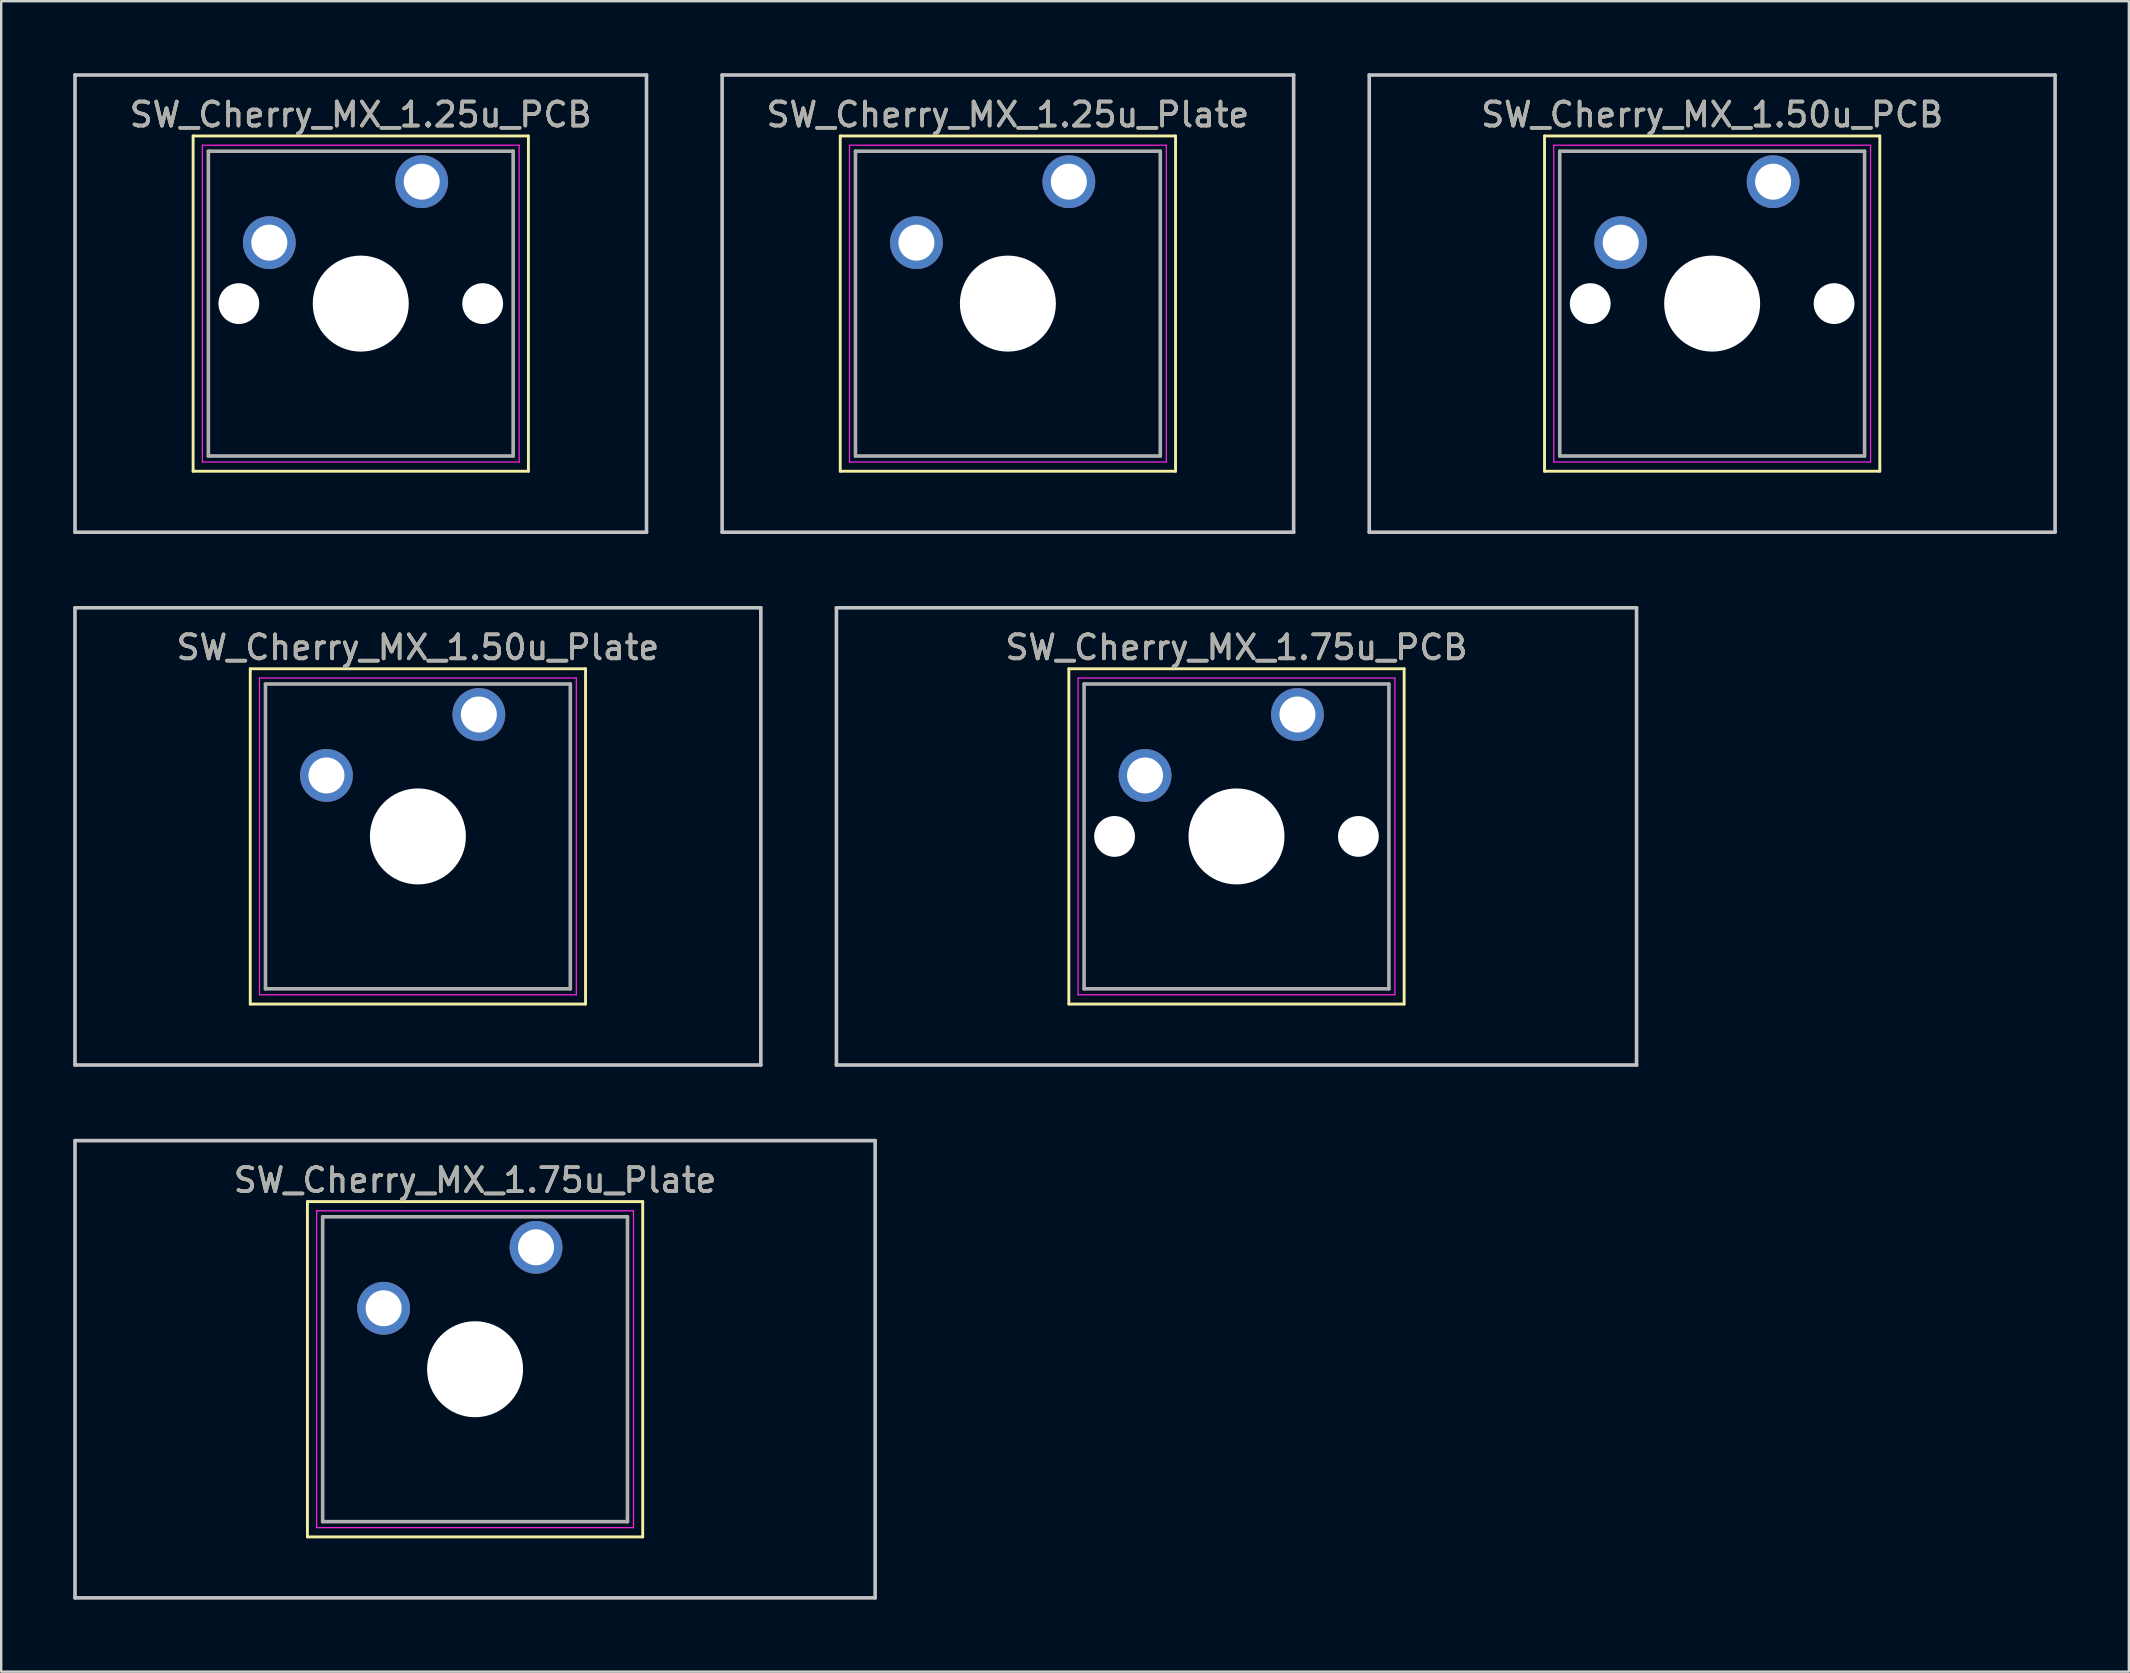
<source format=kicad_pcb>
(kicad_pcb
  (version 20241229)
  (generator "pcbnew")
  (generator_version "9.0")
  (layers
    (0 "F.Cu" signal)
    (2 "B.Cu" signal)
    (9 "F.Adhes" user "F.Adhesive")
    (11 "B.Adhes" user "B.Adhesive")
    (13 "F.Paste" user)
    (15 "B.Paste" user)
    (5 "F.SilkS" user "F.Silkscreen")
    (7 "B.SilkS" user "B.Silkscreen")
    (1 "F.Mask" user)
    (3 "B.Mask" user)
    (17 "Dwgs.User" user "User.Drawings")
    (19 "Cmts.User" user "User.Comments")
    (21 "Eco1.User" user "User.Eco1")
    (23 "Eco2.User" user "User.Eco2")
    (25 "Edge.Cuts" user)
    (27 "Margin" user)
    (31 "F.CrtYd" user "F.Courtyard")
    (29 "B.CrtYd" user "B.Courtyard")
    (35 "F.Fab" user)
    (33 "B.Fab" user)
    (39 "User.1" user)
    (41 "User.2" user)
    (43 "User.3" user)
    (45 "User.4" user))
  (footprint "SW_Cherry_MX_1.25u_Plate"
    (layer "F.Cu")
    (at 41.484 4.52)
    (property "Reference" "SW_Cherry_MX_1.25u_Plate" (at -2.54 -2.794 0) (layer "F.SilkS") (effects (font (size 1 1) (thickness 0.15))))
    (attr through_hole)
    (fp_line (start -9.525 -1.905) (end 4.445 -1.905) (stroke (width 0.12) (type solid)) (layer "F.SilkS"))
    (fp_line (start -9.525 12.065) (end -9.525 -1.905) (stroke (width 0.12) (type solid)) (layer "F.SilkS"))
    (fp_line (start 4.445 -1.905) (end 4.445 12.065) (stroke (width 0.12) (type solid)) (layer "F.SilkS"))
    (fp_line (start 4.445 12.065) (end -9.525 12.065) (stroke (width 0.12) (type solid)) (layer "F.SilkS"))
    (fp_line (start -14.446 -4.445) (end 9.366 -4.445) (stroke (width 0.15) (type solid)) (layer "Dwgs.User"))
    (fp_line (start -14.446 14.605) (end -14.446 -4.445) (stroke (width 0.15) (type solid)) (layer "Dwgs.User"))
    (fp_line (start 9.366 -4.445) (end 9.366 14.605) (stroke (width 0.15) (type solid)) (layer "Dwgs.User"))
    (fp_line (start 9.366 14.605) (end -14.446 14.605) (stroke (width 0.15) (type solid)) (layer "Dwgs.User"))
    (fp_line (start -9.14 -1.52) (end 4.06 -1.52) (stroke (width 0.05) (type solid)) (layer "F.CrtYd"))
    (fp_line (start -9.14 11.68) (end -9.14 -1.52) (stroke (width 0.05) (type solid)) (layer "F.CrtYd"))
    (fp_line (start 4.06 -1.52) (end 4.06 11.68) (stroke (width 0.05) (type solid)) (layer "F.CrtYd"))
    (fp_line (start 4.06 11.68) (end -9.14 11.68) (stroke (width 0.05) (type solid)) (layer "F.CrtYd"))
    (fp_line (start -8.89 -1.27) (end 3.81 -1.27) (stroke (width 0.15) (type solid)) (layer "F.Fab"))
    (fp_line (start -8.89 11.43) (end -8.89 -1.27) (stroke (width 0.15) (type solid)) (layer "F.Fab"))
    (fp_line (start 3.81 -1.27) (end 3.81 11.43) (stroke (width 0.15) (type solid)) (layer "F.Fab"))
    (fp_line (start 3.81 11.43) (end -8.89 11.43) (stroke (width 0.15) (type solid)) (layer "F.Fab"))
    (fp_text user "${REFERENCE}" (at -2.54 -2.794 0) (layer "F.Fab") (effects (font (size 1 1) (thickness 0.15))))
    (pad "" np_thru_hole circle (at -2.54 5.08) (size 4 4) (drill 4) (layers "*.Cu" "*.Mask"))
    (pad "1" thru_hole circle (at 0 0) (size 2.2 2.2) (drill 1.5) (layers "*.Cu" "*.Mask"))
    (pad "2" thru_hole circle (at -6.35 2.54) (size 2.2 2.2) (drill 1.5) (layers "*.Cu" "*.Mask")))
  (footprint "SW_Cherry_MX_1.25u_PCB"
    (layer "F.Cu")
    (at 14.521 4.52)
    (property "Reference" "SW_Cherry_MX_1.25u_PCB" (at -2.54 -2.794 0) (layer "F.SilkS") (effects (font (size 1 1) (thickness 0.15))))
    (attr through_hole)
    (fp_line (start -9.525 -1.905) (end 4.445 -1.905) (stroke (width 0.12) (type solid)) (layer "F.SilkS"))
    (fp_line (start -9.525 12.065) (end -9.525 -1.905) (stroke (width 0.12) (type solid)) (layer "F.SilkS"))
    (fp_line (start 4.445 -1.905) (end 4.445 12.065) (stroke (width 0.12) (type solid)) (layer "F.SilkS"))
    (fp_line (start 4.445 12.065) (end -9.525 12.065) (stroke (width 0.12) (type solid)) (layer "F.SilkS"))
    (fp_line (start -14.446 -4.445) (end 9.366 -4.445) (stroke (width 0.15) (type solid)) (layer "Dwgs.User"))
    (fp_line (start -14.446 14.605) (end -14.446 -4.445) (stroke (width 0.15) (type solid)) (layer "Dwgs.User"))
    (fp_line (start 9.366 -4.445) (end 9.366 14.605) (stroke (width 0.15) (type solid)) (layer "Dwgs.User"))
    (fp_line (start 9.366 14.605) (end -14.446 14.605) (stroke (width 0.15) (type solid)) (layer "Dwgs.User"))
    (fp_line (start -9.14 -1.52) (end 4.06 -1.52) (stroke (width 0.05) (type solid)) (layer "F.CrtYd"))
    (fp_line (start -9.14 11.68) (end -9.14 -1.52) (stroke (width 0.05) (type solid)) (layer "F.CrtYd"))
    (fp_line (start 4.06 -1.52) (end 4.06 11.68) (stroke (width 0.05) (type solid)) (layer "F.CrtYd"))
    (fp_line (start 4.06 11.68) (end -9.14 11.68) (stroke (width 0.05) (type solid)) (layer "F.CrtYd"))
    (fp_line (start -8.89 -1.27) (end 3.81 -1.27) (stroke (width 0.15) (type solid)) (layer "F.Fab"))
    (fp_line (start -8.89 11.43) (end -8.89 -1.27) (stroke (width 0.15) (type solid)) (layer "F.Fab"))
    (fp_line (start 3.81 -1.27) (end 3.81 11.43) (stroke (width 0.15) (type solid)) (layer "F.Fab"))
    (fp_line (start 3.81 11.43) (end -8.89 11.43) (stroke (width 0.15) (type solid)) (layer "F.Fab"))
    (fp_text user "${REFERENCE}" (at -2.54 -2.794 0) (layer "F.Fab") (effects (font (size 1 1) (thickness 0.15))))
    (pad "" np_thru_hole circle (at -7.62 5.08) (size 1.7 1.7) (drill 1.7) (layers "*.Cu" "*.Mask"))
    (pad "" np_thru_hole circle (at -2.54 5.08) (size 4 4) (drill 4) (layers "*.Cu" "*.Mask"))
    (pad "" np_thru_hole circle (at 2.54 5.08) (size 1.7 1.7) (drill 1.7) (layers "*.Cu" "*.Mask"))
    (pad "1" thru_hole circle (at 0 0) (size 2.2 2.2) (drill 1.5) (layers "*.Cu" "*.Mask"))
    (pad "2" thru_hole circle (at -6.35 2.54) (size 2.2 2.2) (drill 1.5) (layers "*.Cu" "*.Mask")))
  (footprint "SW_Cherry_MX_1.50u_Plate"
    (layer "F.Cu")
    (at 16.902 26.72)
    (property "Reference" "SW_Cherry_MX_1.50u_Plate" (at -2.54 -2.794 0) (layer "F.SilkS") (effects (font (size 1 1) (thickness 0.15))))
    (attr through_hole)
    (fp_line (start -9.525 -1.905) (end 4.445 -1.905) (stroke (width 0.12) (type solid)) (layer "F.SilkS"))
    (fp_line (start -9.525 12.065) (end -9.525 -1.905) (stroke (width 0.12) (type solid)) (layer "F.SilkS"))
    (fp_line (start 4.445 -1.905) (end 4.445 12.065) (stroke (width 0.12) (type solid)) (layer "F.SilkS"))
    (fp_line (start 4.445 12.065) (end -9.525 12.065) (stroke (width 0.12) (type solid)) (layer "F.SilkS"))
    (fp_line (start -16.828 -4.445) (end 11.748 -4.445) (stroke (width 0.15) (type solid)) (layer "Dwgs.User"))
    (fp_line (start -16.828 14.605) (end -16.828 -4.445) (stroke (width 0.15) (type solid)) (layer "Dwgs.User"))
    (fp_line (start 11.748 -4.445) (end 11.748 14.605) (stroke (width 0.15) (type solid)) (layer "Dwgs.User"))
    (fp_line (start 11.748 14.605) (end -16.828 14.605) (stroke (width 0.15) (type solid)) (layer "Dwgs.User"))
    (fp_line (start -9.14 -1.52) (end 4.06 -1.52) (stroke (width 0.05) (type solid)) (layer "F.CrtYd"))
    (fp_line (start -9.14 11.68) (end -9.14 -1.52) (stroke (width 0.05) (type solid)) (layer "F.CrtYd"))
    (fp_line (start 4.06 -1.52) (end 4.06 11.68) (stroke (width 0.05) (type solid)) (layer "F.CrtYd"))
    (fp_line (start 4.06 11.68) (end -9.14 11.68) (stroke (width 0.05) (type solid)) (layer "F.CrtYd"))
    (fp_line (start -8.89 -1.27) (end 3.81 -1.27) (stroke (width 0.15) (type solid)) (layer "F.Fab"))
    (fp_line (start -8.89 11.43) (end -8.89 -1.27) (stroke (width 0.15) (type solid)) (layer "F.Fab"))
    (fp_line (start 3.81 -1.27) (end 3.81 11.43) (stroke (width 0.15) (type solid)) (layer "F.Fab"))
    (fp_line (start 3.81 11.43) (end -8.89 11.43) (stroke (width 0.15) (type solid)) (layer "F.Fab"))
    (fp_text user "${REFERENCE}" (at -2.54 -2.794 0) (layer "F.Fab") (effects (font (size 1 1) (thickness 0.15))))
    (pad "" np_thru_hole circle (at -2.54 5.08) (size 4 4) (drill 4) (layers "*.Cu" "*.Mask"))
    (pad "1" thru_hole circle (at 0 0) (size 2.2 2.2) (drill 1.5) (layers "*.Cu" "*.Mask"))
    (pad "2" thru_hole circle (at -6.35 2.54) (size 2.2 2.2) (drill 1.5) (layers "*.Cu" "*.Mask")))
  (footprint "SW_Cherry_MX_1.75u_PCB"
    (layer "F.Cu")
    (at 51.009 26.72)
    (property "Reference" "SW_Cherry_MX_1.75u_PCB" (at -2.54 -2.794 0) (layer "F.SilkS") (effects (font (size 1 1) (thickness 0.15))))
    (attr through_hole)
    (fp_line (start -9.525 -1.905) (end 4.445 -1.905) (stroke (width 0.12) (type solid)) (layer "F.SilkS"))
    (fp_line (start -9.525 12.065) (end -9.525 -1.905) (stroke (width 0.12) (type solid)) (layer "F.SilkS"))
    (fp_line (start 4.445 -1.905) (end 4.445 12.065) (stroke (width 0.12) (type solid)) (layer "F.SilkS"))
    (fp_line (start 4.445 12.065) (end -9.525 12.065) (stroke (width 0.12) (type solid)) (layer "F.SilkS"))
    (fp_line (start -19.209 -4.445) (end 14.129 -4.445) (stroke (width 0.15) (type solid)) (layer "Dwgs.User"))
    (fp_line (start -19.209 14.605) (end -19.209 -4.445) (stroke (width 0.15) (type solid)) (layer "Dwgs.User"))
    (fp_line (start 14.129 -4.445) (end 14.129 14.605) (stroke (width 0.15) (type solid)) (layer "Dwgs.User"))
    (fp_line (start 14.129 14.605) (end -19.209 14.605) (stroke (width 0.15) (type solid)) (layer "Dwgs.User"))
    (fp_line (start -9.14 -1.52) (end 4.06 -1.52) (stroke (width 0.05) (type solid)) (layer "F.CrtYd"))
    (fp_line (start -9.14 11.68) (end -9.14 -1.52) (stroke (width 0.05) (type solid)) (layer "F.CrtYd"))
    (fp_line (start 4.06 -1.52) (end 4.06 11.68) (stroke (width 0.05) (type solid)) (layer "F.CrtYd"))
    (fp_line (start 4.06 11.68) (end -9.14 11.68) (stroke (width 0.05) (type solid)) (layer "F.CrtYd"))
    (fp_line (start -8.89 -1.27) (end 3.81 -1.27) (stroke (width 0.15) (type solid)) (layer "F.Fab"))
    (fp_line (start -8.89 11.43) (end -8.89 -1.27) (stroke (width 0.15) (type solid)) (layer "F.Fab"))
    (fp_line (start 3.81 -1.27) (end 3.81 11.43) (stroke (width 0.15) (type solid)) (layer "F.Fab"))
    (fp_line (start 3.81 11.43) (end -8.89 11.43) (stroke (width 0.15) (type solid)) (layer "F.Fab"))
    (fp_text user "${REFERENCE}" (at -2.54 -2.794 0) (layer "F.Fab") (effects (font (size 1 1) (thickness 0.15))))
    (pad "" np_thru_hole circle (at -7.62 5.08) (size 1.7 1.7) (drill 1.7) (layers "*.Cu" "*.Mask"))
    (pad "" np_thru_hole circle (at -2.54 5.08) (size 4 4) (drill 4) (layers "*.Cu" "*.Mask"))
    (pad "" np_thru_hole circle (at 2.54 5.08) (size 1.7 1.7) (drill 1.7) (layers "*.Cu" "*.Mask"))
    (pad "1" thru_hole circle (at 0 0) (size 2.2 2.2) (drill 1.5) (layers "*.Cu" "*.Mask"))
    (pad "2" thru_hole circle (at -6.35 2.54) (size 2.2 2.2) (drill 1.5) (layers "*.Cu" "*.Mask")))
  (footprint "SW_Cherry_MX_1.50u_PCB"
    (layer "F.Cu")
    (at 70.828 4.52)
    (property "Reference" "SW_Cherry_MX_1.50u_PCB" (at -2.54 -2.794 0) (layer "F.SilkS") (effects (font (size 1 1) (thickness 0.15))))
    (attr through_hole)
    (fp_line (start -9.525 -1.905) (end 4.445 -1.905) (stroke (width 0.12) (type solid)) (layer "F.SilkS"))
    (fp_line (start -9.525 12.065) (end -9.525 -1.905) (stroke (width 0.12) (type solid)) (layer "F.SilkS"))
    (fp_line (start 4.445 -1.905) (end 4.445 12.065) (stroke (width 0.12) (type solid)) (layer "F.SilkS"))
    (fp_line (start 4.445 12.065) (end -9.525 12.065) (stroke (width 0.12) (type solid)) (layer "F.SilkS"))
    (fp_line (start -16.828 -4.445) (end 11.748 -4.445) (stroke (width 0.15) (type solid)) (layer "Dwgs.User"))
    (fp_line (start -16.828 14.605) (end -16.828 -4.445) (stroke (width 0.15) (type solid)) (layer "Dwgs.User"))
    (fp_line (start 11.748 -4.445) (end 11.748 14.605) (stroke (width 0.15) (type solid)) (layer "Dwgs.User"))
    (fp_line (start 11.748 14.605) (end -16.828 14.605) (stroke (width 0.15) (type solid)) (layer "Dwgs.User"))
    (fp_line (start -9.14 -1.52) (end 4.06 -1.52) (stroke (width 0.05) (type solid)) (layer "F.CrtYd"))
    (fp_line (start -9.14 11.68) (end -9.14 -1.52) (stroke (width 0.05) (type solid)) (layer "F.CrtYd"))
    (fp_line (start 4.06 -1.52) (end 4.06 11.68) (stroke (width 0.05) (type solid)) (layer "F.CrtYd"))
    (fp_line (start 4.06 11.68) (end -9.14 11.68) (stroke (width 0.05) (type solid)) (layer "F.CrtYd"))
    (fp_line (start -8.89 -1.27) (end 3.81 -1.27) (stroke (width 0.15) (type solid)) (layer "F.Fab"))
    (fp_line (start -8.89 11.43) (end -8.89 -1.27) (stroke (width 0.15) (type solid)) (layer "F.Fab"))
    (fp_line (start 3.81 -1.27) (end 3.81 11.43) (stroke (width 0.15) (type solid)) (layer "F.Fab"))
    (fp_line (start 3.81 11.43) (end -8.89 11.43) (stroke (width 0.15) (type solid)) (layer "F.Fab"))
    (fp_text user "${REFERENCE}" (at -2.54 -2.794 0) (layer "F.Fab") (effects (font (size 1 1) (thickness 0.15))))
    (pad "" np_thru_hole circle (at -7.62 5.08) (size 1.7 1.7) (drill 1.7) (layers "*.Cu" "*.Mask"))
    (pad "" np_thru_hole circle (at -2.54 5.08) (size 4 4) (drill 4) (layers "*.Cu" "*.Mask"))
    (pad "" np_thru_hole circle (at 2.54 5.08) (size 1.7 1.7) (drill 1.7) (layers "*.Cu" "*.Mask"))
    (pad "1" thru_hole circle (at 0 0) (size 2.2 2.2) (drill 1.5) (layers "*.Cu" "*.Mask"))
    (pad "2" thru_hole circle (at -6.35 2.54) (size 2.2 2.2) (drill 1.5) (layers "*.Cu" "*.Mask")))
  (footprint "SW_Cherry_MX_1.75u_Plate"
    (layer "F.Cu")
    (at 19.284 48.92)
    (property "Reference" "SW_Cherry_MX_1.75u_Plate" (at -2.54 -2.794 0) (layer "F.SilkS") (effects (font (size 1 1) (thickness 0.15))))
    (attr through_hole)
    (fp_line (start -9.525 -1.905) (end 4.445 -1.905) (stroke (width 0.12) (type solid)) (layer "F.SilkS"))
    (fp_line (start -9.525 12.065) (end -9.525 -1.905) (stroke (width 0.12) (type solid)) (layer "F.SilkS"))
    (fp_line (start 4.445 -1.905) (end 4.445 12.065) (stroke (width 0.12) (type solid)) (layer "F.SilkS"))
    (fp_line (start 4.445 12.065) (end -9.525 12.065) (stroke (width 0.12) (type solid)) (layer "F.SilkS"))
    (fp_line (start -19.209 -4.445) (end 14.129 -4.445) (stroke (width 0.15) (type solid)) (layer "Dwgs.User"))
    (fp_line (start -19.209 14.605) (end -19.209 -4.445) (stroke (width 0.15) (type solid)) (layer "Dwgs.User"))
    (fp_line (start 14.129 -4.445) (end 14.129 14.605) (stroke (width 0.15) (type solid)) (layer "Dwgs.User"))
    (fp_line (start 14.129 14.605) (end -19.209 14.605) (stroke (width 0.15) (type solid)) (layer "Dwgs.User"))
    (fp_line (start -9.14 -1.52) (end 4.06 -1.52) (stroke (width 0.05) (type solid)) (layer "F.CrtYd"))
    (fp_line (start -9.14 11.68) (end -9.14 -1.52) (stroke (width 0.05) (type solid)) (layer "F.CrtYd"))
    (fp_line (start 4.06 -1.52) (end 4.06 11.68) (stroke (width 0.05) (type solid)) (layer "F.CrtYd"))
    (fp_line (start 4.06 11.68) (end -9.14 11.68) (stroke (width 0.05) (type solid)) (layer "F.CrtYd"))
    (fp_line (start -8.89 -1.27) (end 3.81 -1.27) (stroke (width 0.15) (type solid)) (layer "F.Fab"))
    (fp_line (start -8.89 11.43) (end -8.89 -1.27) (stroke (width 0.15) (type solid)) (layer "F.Fab"))
    (fp_line (start 3.81 -1.27) (end 3.81 11.43) (stroke (width 0.15) (type solid)) (layer "F.Fab"))
    (fp_line (start 3.81 11.43) (end -8.89 11.43) (stroke (width 0.15) (type solid)) (layer "F.Fab"))
    (fp_text user "${REFERENCE}" (at -2.54 -2.794 0) (layer "F.Fab") (effects (font (size 1 1) (thickness 0.15))))
    (pad "" np_thru_hole circle (at -2.54 5.08) (size 4 4) (drill 4) (layers "*.Cu" "*.Mask"))
    (pad "1" thru_hole circle (at 0 0) (size 2.2 2.2) (drill 1.5) (layers "*.Cu" "*.Mask"))
    (pad "2" thru_hole circle (at -6.35 2.54) (size 2.2 2.2) (drill 1.5) (layers "*.Cu" "*.Mask")))
  (gr_rect
    (start -3 -3)
    (end 85.65 66.6)
    (stroke (width 0.1) (type default))
    (fill no)
    (layer "Edge.Cuts")))
</source>
